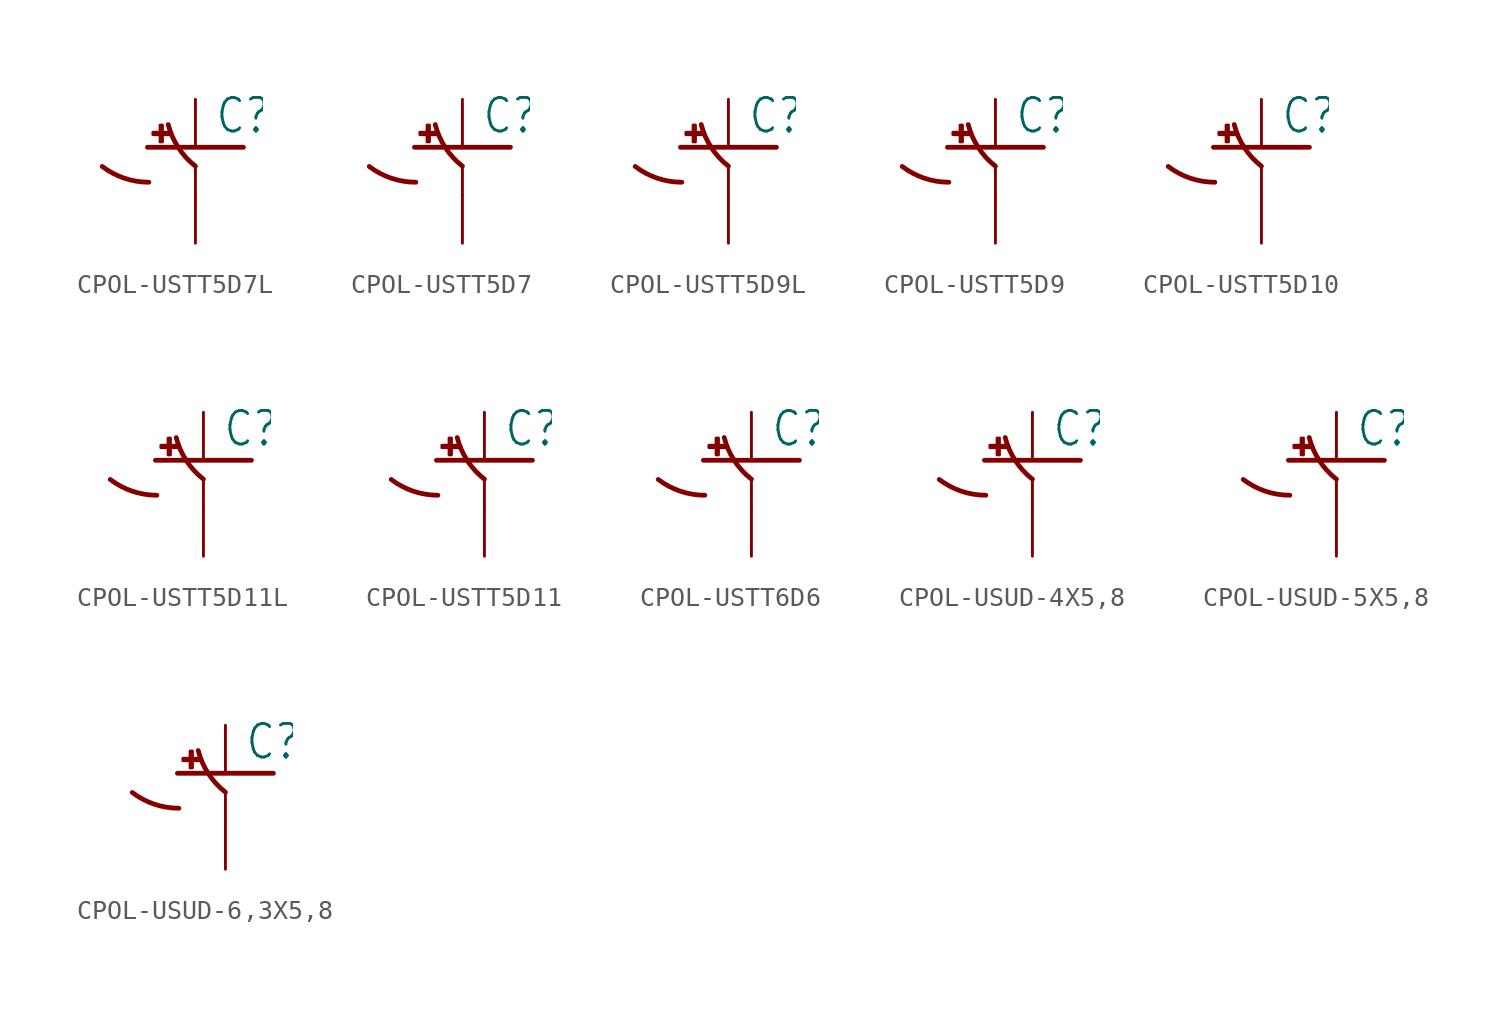
<source format=kicad_sym>
(kicad_symbol_lib
  (version 20241209)
  (generator "kicad_symbol_editor")
  (generator_version "9.0")
  (symbol "CPOL-USTT5D7L"
    (property "Reference" "C"
      (at 1.016 0.635 0)
      (effects (font (size 1.778 1.511)) (justify left bottom)))
    (property "Value" ""
      (at 1.016 -4.191 0)
      (effects (font (size 1.778 1.511)) (justify left bottom)))
    (property "ki_locked" ""
      (at 0 0 0)
      (effects (font (size 1.27 1.27))))
    (symbol "CPOL-USTT5D7L_1_0"
      (polyline (pts (xy -2.54 0) (xy 2.54 0)) (stroke (width 0.254) (type solid)) (fill (type none)))
      (arc (start -2.4669 -1.8504) (mid -3.7689 -1.6361) (end -4.9337 -1.0159) (stroke (width 0.254) (type solid)) (fill (type none)))
      (rectangle (start -2.253 0.668) (end -1.364 0.795) (stroke (width 0) (type default)) (fill (type outline)))
      (rectangle (start -1.872 0.287) (end -1.745 1.176) (stroke (width 0) (type default)) (fill (type outline)))
      (polyline (pts (xy 0 -1.016) (xy 0 -2.54)) (stroke (width 0.152) (type solid)) (fill (type none)))
      (arc (start 0 -1) (mid -0.9038 -0.0189) (end -1.4403 1.2025) (stroke (width 0.254) (type solid)) (fill (type none)))
      (pin passive line (at 0 2.54 270) (length 2.54) (name "+" (effects (font (size 0 0)))) (number "+" (effects (font (size 0 0)))))
      (pin passive line (at 0 -5.08 90) (length 2.54) (name "-" (effects (font (size 0 0)))) (number "-" (effects (font (size 0 0)))))))
  (symbol "CPOL-USTT5D7"
    (property "Reference" "C"
      (at 1.016 0.635 0)
      (effects (font (size 1.778 1.511)) (justify left bottom)))
    (property "Value" ""
      (at 1.016 -4.191 0)
      (effects (font (size 1.778 1.511)) (justify left bottom)))
    (property "ki_locked" ""
      (at 0 0 0)
      (effects (font (size 1.27 1.27))))
    (symbol "CPOL-USTT5D7_1_0"
      (polyline (pts (xy -2.54 0) (xy 2.54 0)) (stroke (width 0.254) (type solid)) (fill (type none)))
      (arc (start -2.4669 -1.8504) (mid -3.7689 -1.6361) (end -4.9337 -1.0159) (stroke (width 0.254) (type solid)) (fill (type none)))
      (rectangle (start -2.253 0.668) (end -1.364 0.795) (stroke (width 0) (type default)) (fill (type outline)))
      (rectangle (start -1.872 0.287) (end -1.745 1.176) (stroke (width 0) (type default)) (fill (type outline)))
      (polyline (pts (xy 0 -1.016) (xy 0 -2.54)) (stroke (width 0.152) (type solid)) (fill (type none)))
      (arc (start 0 -1) (mid -0.9038 -0.0189) (end -1.4403 1.2025) (stroke (width 0.254) (type solid)) (fill (type none)))
      (pin passive line (at 0 2.54 270) (length 2.54) (name "+" (effects (font (size 0 0)))) (number "+" (effects (font (size 0 0)))))
      (pin passive line (at 0 -5.08 90) (length 2.54) (name "-" (effects (font (size 0 0)))) (number "-" (effects (font (size 0 0)))))))
  (symbol "CPOL-USTT5D9L"
    (property "Reference" "C"
      (at 1.016 0.635 0)
      (effects (font (size 1.778 1.511)) (justify left bottom)))
    (property "Value" ""
      (at 1.016 -4.191 0)
      (effects (font (size 1.778 1.511)) (justify left bottom)))
    (property "ki_locked" ""
      (at 0 0 0)
      (effects (font (size 1.27 1.27))))
    (symbol "CPOL-USTT5D9L_1_0"
      (polyline (pts (xy -2.54 0) (xy 2.54 0)) (stroke (width 0.254) (type solid)) (fill (type none)))
      (arc (start -2.4669 -1.8504) (mid -3.7689 -1.6361) (end -4.9337 -1.0159) (stroke (width 0.254) (type solid)) (fill (type none)))
      (rectangle (start -2.253 0.668) (end -1.364 0.795) (stroke (width 0) (type default)) (fill (type outline)))
      (rectangle (start -1.872 0.287) (end -1.745 1.176) (stroke (width 0) (type default)) (fill (type outline)))
      (polyline (pts (xy 0 -1.016) (xy 0 -2.54)) (stroke (width 0.152) (type solid)) (fill (type none)))
      (arc (start 0 -1) (mid -0.9038 -0.0189) (end -1.4403 1.2025) (stroke (width 0.254) (type solid)) (fill (type none)))
      (pin passive line (at 0 2.54 270) (length 2.54) (name "+" (effects (font (size 0 0)))) (number "+" (effects (font (size 0 0)))))
      (pin passive line (at 0 -5.08 90) (length 2.54) (name "-" (effects (font (size 0 0)))) (number "-" (effects (font (size 0 0)))))))
  (symbol "CPOL-USTT5D9"
    (property "Reference" "C"
      (at 1.016 0.635 0)
      (effects (font (size 1.778 1.511)) (justify left bottom)))
    (property "Value" ""
      (at 1.016 -4.191 0)
      (effects (font (size 1.778 1.511)) (justify left bottom)))
    (property "ki_locked" ""
      (at 0 0 0)
      (effects (font (size 1.27 1.27))))
    (symbol "CPOL-USTT5D9_1_0"
      (polyline (pts (xy -2.54 0) (xy 2.54 0)) (stroke (width 0.254) (type solid)) (fill (type none)))
      (arc (start -2.4669 -1.8504) (mid -3.7689 -1.6361) (end -4.9337 -1.0159) (stroke (width 0.254) (type solid)) (fill (type none)))
      (rectangle (start -2.253 0.668) (end -1.364 0.795) (stroke (width 0) (type default)) (fill (type outline)))
      (rectangle (start -1.872 0.287) (end -1.745 1.176) (stroke (width 0) (type default)) (fill (type outline)))
      (polyline (pts (xy 0 -1.016) (xy 0 -2.54)) (stroke (width 0.152) (type solid)) (fill (type none)))
      (arc (start 0 -1) (mid -0.9038 -0.0189) (end -1.4403 1.2025) (stroke (width 0.254) (type solid)) (fill (type none)))
      (pin passive line (at 0 2.54 270) (length 2.54) (name "+" (effects (font (size 0 0)))) (number "+" (effects (font (size 0 0)))))
      (pin passive line (at 0 -5.08 90) (length 2.54) (name "-" (effects (font (size 0 0)))) (number "-" (effects (font (size 0 0)))))))
  (symbol "CPOL-USTT5D10"
    (property "Reference" "C"
      (at 1.016 0.635 0)
      (effects (font (size 1.778 1.511)) (justify left bottom)))
    (property "Value" ""
      (at 1.016 -4.191 0)
      (effects (font (size 1.778 1.511)) (justify left bottom)))
    (property "ki_locked" ""
      (at 0 0 0)
      (effects (font (size 1.27 1.27))))
    (symbol "CPOL-USTT5D10_1_0"
      (polyline (pts (xy -2.54 0) (xy 2.54 0)) (stroke (width 0.254) (type solid)) (fill (type none)))
      (arc (start -2.4669 -1.8504) (mid -3.7689 -1.6361) (end -4.9337 -1.0159) (stroke (width 0.254) (type solid)) (fill (type none)))
      (rectangle (start -2.253 0.668) (end -1.364 0.795) (stroke (width 0) (type default)) (fill (type outline)))
      (rectangle (start -1.872 0.287) (end -1.745 1.176) (stroke (width 0) (type default)) (fill (type outline)))
      (polyline (pts (xy 0 -1.016) (xy 0 -2.54)) (stroke (width 0.152) (type solid)) (fill (type none)))
      (arc (start 0 -1) (mid -0.9038 -0.0189) (end -1.4403 1.2025) (stroke (width 0.254) (type solid)) (fill (type none)))
      (pin passive line (at 0 2.54 270) (length 2.54) (name "+" (effects (font (size 0 0)))) (number "+" (effects (font (size 0 0)))))
      (pin passive line (at 0 -5.08 90) (length 2.54) (name "-" (effects (font (size 0 0)))) (number "-" (effects (font (size 0 0)))))))
  (symbol "CPOL-USTT5D11L"
    (property "Reference" "C"
      (at 1.016 0.635 0)
      (effects (font (size 1.778 1.511)) (justify left bottom)))
    (property "Value" ""
      (at 1.016 -4.191 0)
      (effects (font (size 1.778 1.511)) (justify left bottom)))
    (property "ki_locked" ""
      (at 0 0 0)
      (effects (font (size 1.27 1.27))))
    (symbol "CPOL-USTT5D11L_1_0"
      (polyline (pts (xy -2.54 0) (xy 2.54 0)) (stroke (width 0.254) (type solid)) (fill (type none)))
      (arc (start -2.4669 -1.8504) (mid -3.7689 -1.6361) (end -4.9337 -1.0159) (stroke (width 0.254) (type solid)) (fill (type none)))
      (rectangle (start -2.253 0.668) (end -1.364 0.795) (stroke (width 0) (type default)) (fill (type outline)))
      (rectangle (start -1.872 0.287) (end -1.745 1.176) (stroke (width 0) (type default)) (fill (type outline)))
      (polyline (pts (xy 0 -1.016) (xy 0 -2.54)) (stroke (width 0.152) (type solid)) (fill (type none)))
      (arc (start 0 -1) (mid -0.9038 -0.0189) (end -1.4403 1.2025) (stroke (width 0.254) (type solid)) (fill (type none)))
      (pin passive line (at 0 2.54 270) (length 2.54) (name "+" (effects (font (size 0 0)))) (number "+" (effects (font (size 0 0)))))
      (pin passive line (at 0 -5.08 90) (length 2.54) (name "-" (effects (font (size 0 0)))) (number "-" (effects (font (size 0 0)))))))
  (symbol "CPOL-USTT5D11"
    (property "Reference" "C"
      (at 1.016 0.635 0)
      (effects (font (size 1.778 1.511)) (justify left bottom)))
    (property "Value" ""
      (at 1.016 -4.191 0)
      (effects (font (size 1.778 1.511)) (justify left bottom)))
    (property "ki_locked" ""
      (at 0 0 0)
      (effects (font (size 1.27 1.27))))
    (symbol "CPOL-USTT5D11_1_0"
      (polyline (pts (xy -2.54 0) (xy 2.54 0)) (stroke (width 0.254) (type solid)) (fill (type none)))
      (arc (start -2.4669 -1.8504) (mid -3.7689 -1.6361) (end -4.9337 -1.0159) (stroke (width 0.254) (type solid)) (fill (type none)))
      (rectangle (start -2.253 0.668) (end -1.364 0.795) (stroke (width 0) (type default)) (fill (type outline)))
      (rectangle (start -1.872 0.287) (end -1.745 1.176) (stroke (width 0) (type default)) (fill (type outline)))
      (polyline (pts (xy 0 -1.016) (xy 0 -2.54)) (stroke (width 0.152) (type solid)) (fill (type none)))
      (arc (start 0 -1) (mid -0.9038 -0.0189) (end -1.4403 1.2025) (stroke (width 0.254) (type solid)) (fill (type none)))
      (pin passive line (at 0 2.54 270) (length 2.54) (name "+" (effects (font (size 0 0)))) (number "+" (effects (font (size 0 0)))))
      (pin passive line (at 0 -5.08 90) (length 2.54) (name "-" (effects (font (size 0 0)))) (number "-" (effects (font (size 0 0)))))))
  (symbol "CPOL-USTT6D6"
    (property "Reference" "C"
      (at 1.016 0.635 0)
      (effects (font (size 1.778 1.511)) (justify left bottom)))
    (property "Value" ""
      (at 1.016 -4.191 0)
      (effects (font (size 1.778 1.511)) (justify left bottom)))
    (property "ki_locked" ""
      (at 0 0 0)
      (effects (font (size 1.27 1.27))))
    (symbol "CPOL-USTT6D6_1_0"
      (polyline (pts (xy -2.54 0) (xy 2.54 0)) (stroke (width 0.254) (type solid)) (fill (type none)))
      (arc (start -2.4669 -1.8504) (mid -3.7689 -1.6361) (end -4.9337 -1.0159) (stroke (width 0.254) (type solid)) (fill (type none)))
      (rectangle (start -2.253 0.668) (end -1.364 0.795) (stroke (width 0) (type default)) (fill (type outline)))
      (rectangle (start -1.872 0.287) (end -1.745 1.176) (stroke (width 0) (type default)) (fill (type outline)))
      (polyline (pts (xy 0 -1.016) (xy 0 -2.54)) (stroke (width 0.152) (type solid)) (fill (type none)))
      (arc (start 0 -1) (mid -0.9038 -0.0189) (end -1.4403 1.2025) (stroke (width 0.254) (type solid)) (fill (type none)))
      (pin passive line (at 0 2.54 270) (length 2.54) (name "+" (effects (font (size 0 0)))) (number "+" (effects (font (size 0 0)))))
      (pin passive line (at 0 -5.08 90) (length 2.54) (name "-" (effects (font (size 0 0)))) (number "-" (effects (font (size 0 0)))))))
  (symbol "CPOL-USUD-4X5,8"
    (property "Reference" "C"
      (at 1.016 0.635 0)
      (effects (font (size 1.778 1.511)) (justify left bottom)))
    (property "Value" ""
      (at 1.016 -4.191 0)
      (effects (font (size 1.778 1.511)) (justify left bottom)))
    (property "ki_locked" ""
      (at 0 0 0)
      (effects (font (size 1.27 1.27))))
    (symbol "CPOL-USUD-4X5,8_1_0"
      (polyline (pts (xy -2.54 0) (xy 2.54 0)) (stroke (width 0.254) (type solid)) (fill (type none)))
      (arc (start -2.4669 -1.8504) (mid -3.7689 -1.6361) (end -4.9337 -1.0159) (stroke (width 0.254) (type solid)) (fill (type none)))
      (rectangle (start -2.253 0.668) (end -1.364 0.795) (stroke (width 0) (type default)) (fill (type outline)))
      (rectangle (start -1.872 0.287) (end -1.745 1.176) (stroke (width 0) (type default)) (fill (type outline)))
      (polyline (pts (xy 0 -1.016) (xy 0 -2.54)) (stroke (width 0.152) (type solid)) (fill (type none)))
      (arc (start 0 -1) (mid -0.9038 -0.0189) (end -1.4403 1.2025) (stroke (width 0.254) (type solid)) (fill (type none)))
      (pin passive line (at 0 2.54 270) (length 2.54) (name "+" (effects (font (size 0 0)))) (number "+" (effects (font (size 0 0)))))
      (pin passive line (at 0 -5.08 90) (length 2.54) (name "-" (effects (font (size 0 0)))) (number "-" (effects (font (size 0 0)))))))
  (symbol "CPOL-USUD-5X5,8"
    (property "Reference" "C"
      (at 1.016 0.635 0)
      (effects (font (size 1.778 1.511)) (justify left bottom)))
    (property "Value" ""
      (at 1.016 -4.191 0)
      (effects (font (size 1.778 1.511)) (justify left bottom)))
    (property "ki_locked" ""
      (at 0 0 0)
      (effects (font (size 1.27 1.27))))
    (symbol "CPOL-USUD-5X5,8_1_0"
      (polyline (pts (xy -2.54 0) (xy 2.54 0)) (stroke (width 0.254) (type solid)) (fill (type none)))
      (arc (start -2.4669 -1.8504) (mid -3.7689 -1.6361) (end -4.9337 -1.0159) (stroke (width 0.254) (type solid)) (fill (type none)))
      (rectangle (start -2.253 0.668) (end -1.364 0.795) (stroke (width 0) (type default)) (fill (type outline)))
      (rectangle (start -1.872 0.287) (end -1.745 1.176) (stroke (width 0) (type default)) (fill (type outline)))
      (polyline (pts (xy 0 -1.016) (xy 0 -2.54)) (stroke (width 0.152) (type solid)) (fill (type none)))
      (arc (start 0 -1) (mid -0.9038 -0.0189) (end -1.4403 1.2025) (stroke (width 0.254) (type solid)) (fill (type none)))
      (pin passive line (at 0 2.54 270) (length 2.54) (name "+" (effects (font (size 0 0)))) (number "+" (effects (font (size 0 0)))))
      (pin passive line (at 0 -5.08 90) (length 2.54) (name "-" (effects (font (size 0 0)))) (number "-" (effects (font (size 0 0)))))))
  (symbol "CPOL-USUD-6,3X5,8"
    (property "Reference" "C"
      (at 1.016 0.635 0)
      (effects (font (size 1.778 1.511)) (justify left bottom)))
    (property "Value" ""
      (at 1.016 -4.191 0)
      (effects (font (size 1.778 1.511)) (justify left bottom)))
    (property "ki_locked" ""
      (at 0 0 0)
      (effects (font (size 1.27 1.27))))
    (symbol "CPOL-USUD-6,3X5,8_1_0"
      (polyline (pts (xy -2.54 0) (xy 2.54 0)) (stroke (width 0.254) (type solid)) (fill (type none)))
      (arc (start -2.4669 -1.8504) (mid -3.7689 -1.6361) (end -4.9337 -1.0159) (stroke (width 0.254) (type solid)) (fill (type none)))
      (rectangle (start -2.253 0.668) (end -1.364 0.795) (stroke (width 0) (type default)) (fill (type outline)))
      (rectangle (start -1.872 0.287) (end -1.745 1.176) (stroke (width 0) (type default)) (fill (type outline)))
      (polyline (pts (xy 0 -1.016) (xy 0 -2.54)) (stroke (width 0.152) (type solid)) (fill (type none)))
      (arc (start 0 -1) (mid -0.9038 -0.0189) (end -1.4403 1.2025) (stroke (width 0.254) (type solid)) (fill (type none)))
      (pin passive line (at 0 2.54 270) (length 2.54) (name "+" (effects (font (size 0 0)))) (number "+" (effects (font (size 0 0)))))
      (pin passive line (at 0 -5.08 90) (length 2.54) (name "-" (effects (font (size 0 0)))) (number "-" (effects (font (size 0 0))))))))
</source>
